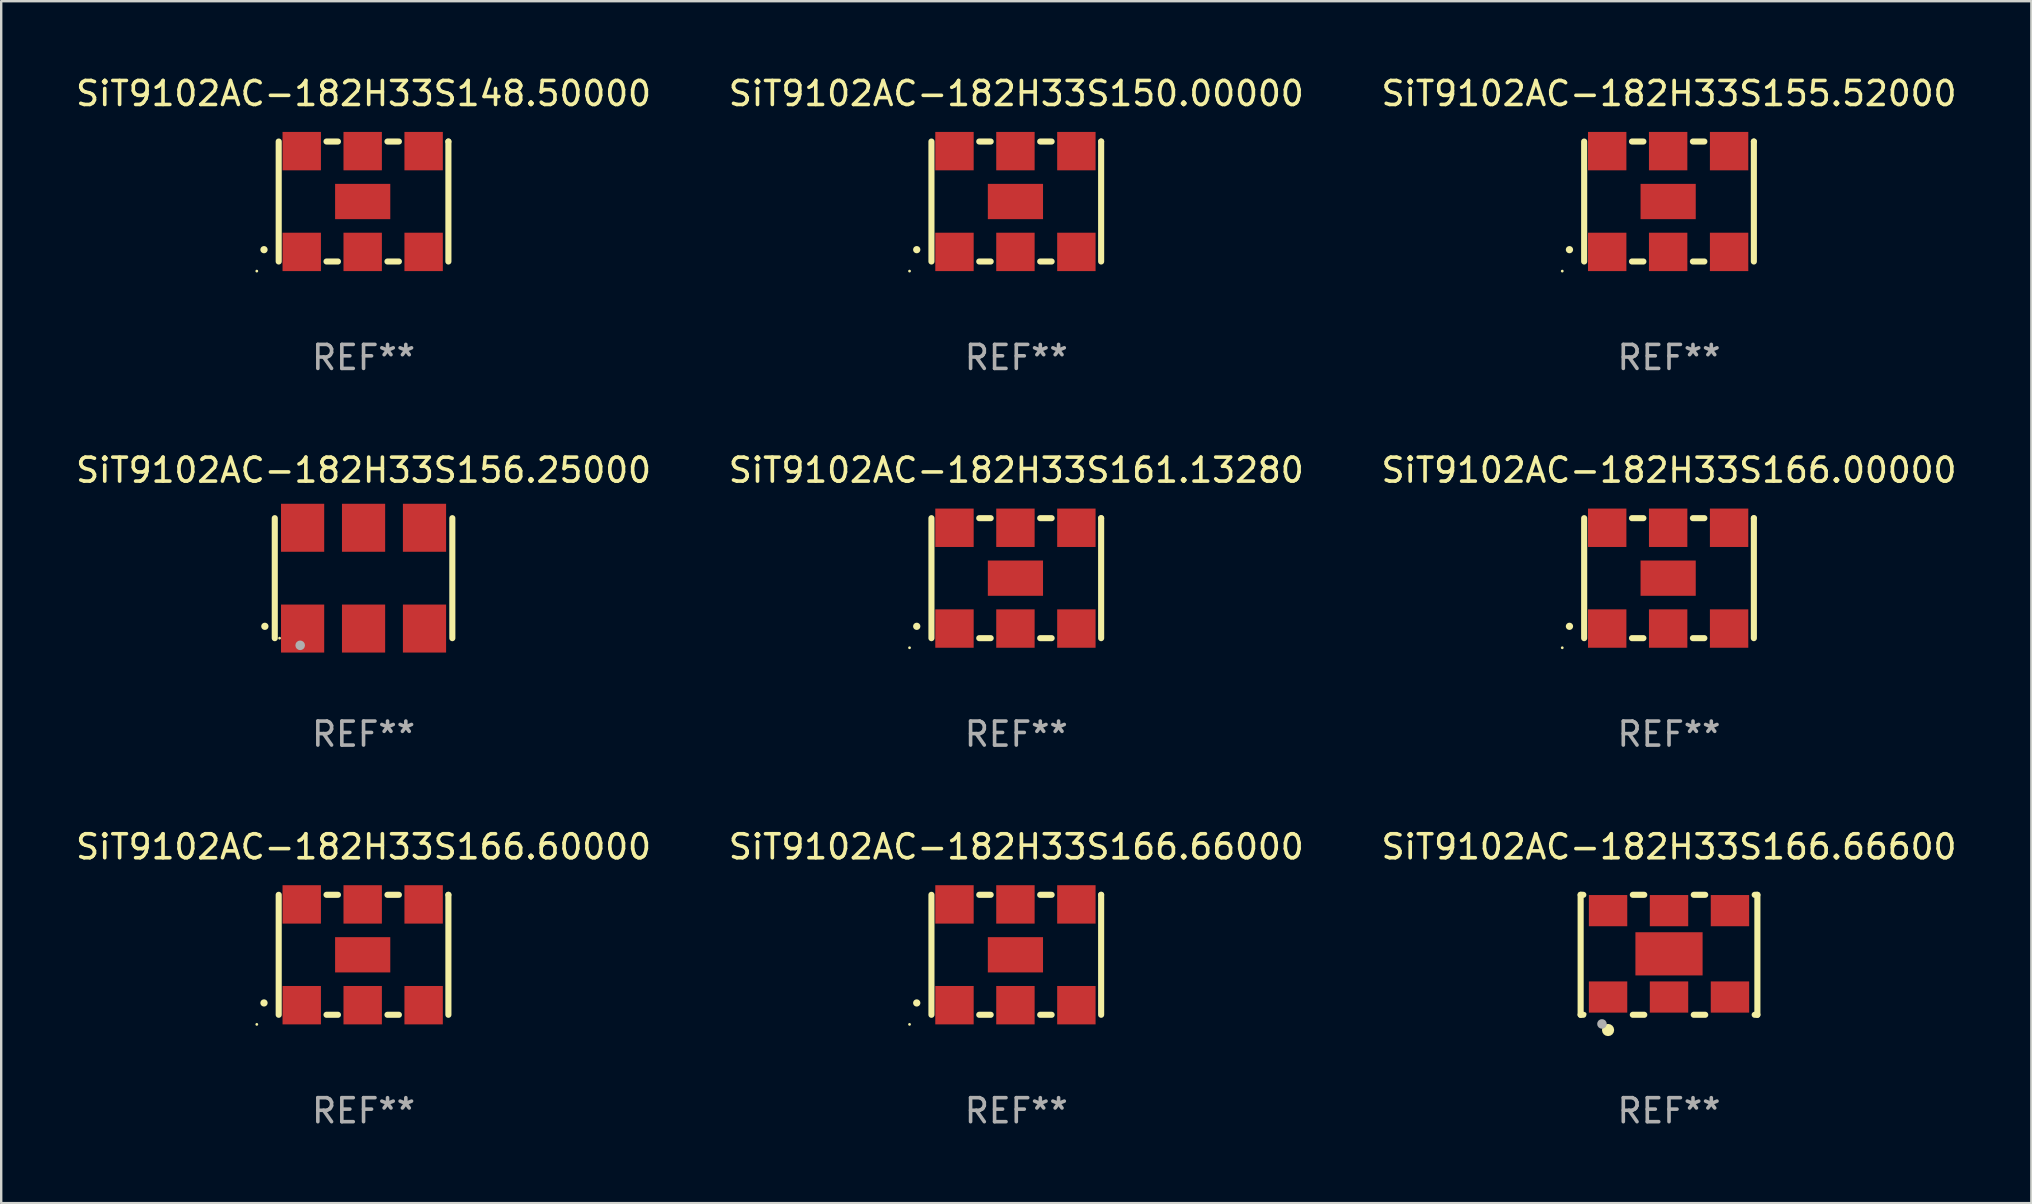
<source format=kicad_pcb>
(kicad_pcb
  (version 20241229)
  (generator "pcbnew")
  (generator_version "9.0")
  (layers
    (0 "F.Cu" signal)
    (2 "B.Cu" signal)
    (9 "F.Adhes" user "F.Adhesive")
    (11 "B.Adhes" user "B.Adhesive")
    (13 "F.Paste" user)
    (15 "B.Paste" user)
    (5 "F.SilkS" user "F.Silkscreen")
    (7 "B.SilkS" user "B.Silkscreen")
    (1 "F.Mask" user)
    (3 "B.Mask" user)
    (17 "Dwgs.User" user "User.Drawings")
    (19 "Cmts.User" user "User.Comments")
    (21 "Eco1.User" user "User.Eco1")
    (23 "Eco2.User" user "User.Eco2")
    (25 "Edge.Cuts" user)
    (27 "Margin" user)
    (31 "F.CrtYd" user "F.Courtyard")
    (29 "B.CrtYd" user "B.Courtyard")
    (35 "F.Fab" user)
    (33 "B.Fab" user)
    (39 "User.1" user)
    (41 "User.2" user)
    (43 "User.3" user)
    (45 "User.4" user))
  (footprint "SiT9102AC-182H33S155.52000"
    (layer "F.Cu")
    (at 66.506 5.348)
    (property "Reference" "SiT9102AC-182H33S155.52000" (at 0 -4.5 0) (layer "F.SilkS") (effects (font (size 1 1) (thickness 0.15))))
    (attr through_hole)
    (fp_line (start -3.536 -2.5) (end -3.536 2.5) (stroke (width 0.254) (type solid)) (layer "F.SilkS"))
    (fp_line (start -1.544 2.5) (end -1.067 2.5) (stroke (width 0.254) (type solid)) (layer "F.SilkS"))
    (fp_line (start -1.067 -2.5) (end -1.544 -2.5) (stroke (width 0.254) (type solid)) (layer "F.SilkS"))
    (fp_line (start 0.996 2.5) (end 1.473 2.5) (stroke (width 0.254) (type solid)) (layer "F.SilkS"))
    (fp_line (start 1.473 -2.5) (end 0.996 -2.5) (stroke (width 0.254) (type solid)) (layer "F.SilkS"))
    (fp_line (start 3.536 -2.5) (end 3.536 -2.5) (stroke (width 0.254) (type solid)) (layer "F.SilkS"))
    (fp_line (start 3.536 2.5) (end 3.536 -2.5) (stroke (width 0.254) (type solid)) (layer "F.SilkS"))
    (fp_arc (start -4.150432 2.006604) (mid -4.149162 2.006599) (end -4.147892 2.006604) (stroke (width 0.3) (type solid)) (layer "F.SilkS"))
    (fp_circle (center -4.449 2.9) (end -4.419 2.9) (stroke (width 0.06) (type solid)) (fill no) (layer "F.SilkS"))
    (fp_text user "REF**" (at 0 6.5 0) (layer "F.Fab") (effects (font (size 1 1) (thickness 0.15))))
    (pad "1" smd rect (at -2.576 2.1) (size 1.6 1.6) (layers "F.Cu" "F.Mask" "F.Paste"))
    (pad "2" smd rect (at -0.036 2.1) (size 1.6 1.6) (layers "F.Cu" "F.Mask" "F.Paste"))
    (pad "3" smd rect (at 2.504 2.1) (size 1.6 1.6) (layers "F.Cu" "F.Mask" "F.Paste"))
    (pad "4" smd rect (at 2.504 -2.1) (size 1.6 1.6) (layers "F.Cu" "F.Mask" "F.Paste"))
    (pad "5" smd rect (at -0.036 -2.1) (size 1.6 1.6) (layers "F.Cu" "F.Mask" "F.Paste"))
    (pad "6" smd rect (at -2.576 -2.1) (size 1.6 1.6) (layers "F.Cu" "F.Mask" "F.Paste"))
    (pad "7" smd rect (at -0.036 0) (size 2.3 1.47) (layers "F.Cu" "F.Mask" "F.Paste")))
  (footprint "SiT9102AC-182H33S166.66000"
    (layer "F.Cu")
    (at 39.304 36.741)
    (property "Reference" "SiT9102AC-182H33S166.66000" (at 0 -4.5 0) (layer "F.SilkS") (effects (font (size 1 1) (thickness 0.15))))
    (attr through_hole)
    (fp_line (start -3.536 -2.5) (end -3.536 2.5) (stroke (width 0.254) (type solid)) (layer "F.SilkS"))
    (fp_line (start -1.544 2.5) (end -1.067 2.5) (stroke (width 0.254) (type solid)) (layer "F.SilkS"))
    (fp_line (start -1.067 -2.5) (end -1.544 -2.5) (stroke (width 0.254) (type solid)) (layer "F.SilkS"))
    (fp_line (start 0.996 2.5) (end 1.473 2.5) (stroke (width 0.254) (type solid)) (layer "F.SilkS"))
    (fp_line (start 1.473 -2.5) (end 0.996 -2.5) (stroke (width 0.254) (type solid)) (layer "F.SilkS"))
    (fp_line (start 3.536 -2.5) (end 3.536 -2.5) (stroke (width 0.254) (type solid)) (layer "F.SilkS"))
    (fp_line (start 3.536 2.5) (end 3.536 -2.5) (stroke (width 0.254) (type solid)) (layer "F.SilkS"))
    (fp_arc (start -4.150432 2.006604) (mid -4.149162 2.006599) (end -4.147892 2.006604) (stroke (width 0.3) (type solid)) (layer "F.SilkS"))
    (fp_circle (center -4.449 2.9) (end -4.419 2.9) (stroke (width 0.06) (type solid)) (fill no) (layer "F.SilkS"))
    (fp_text user "REF**" (at 0 6.5 0) (layer "F.Fab") (effects (font (size 1 1) (thickness 0.15))))
    (pad "1" smd rect (at -2.576 2.1) (size 1.6 1.6) (layers "F.Cu" "F.Mask" "F.Paste"))
    (pad "2" smd rect (at -0.036 2.1) (size 1.6 1.6) (layers "F.Cu" "F.Mask" "F.Paste"))
    (pad "3" smd rect (at 2.504 2.1) (size 1.6 1.6) (layers "F.Cu" "F.Mask" "F.Paste"))
    (pad "4" smd rect (at 2.504 -2.1) (size 1.6 1.6) (layers "F.Cu" "F.Mask" "F.Paste"))
    (pad "5" smd rect (at -0.036 -2.1) (size 1.6 1.6) (layers "F.Cu" "F.Mask" "F.Paste"))
    (pad "6" smd rect (at -2.576 -2.1) (size 1.6 1.6) (layers "F.Cu" "F.Mask" "F.Paste"))
    (pad "7" smd rect (at -0.036 0) (size 2.3 1.47) (layers "F.Cu" "F.Mask" "F.Paste")))
  (footprint "SiT9102AC-182H33S166.66600"
    (layer "F.Cu")
    (at 66.506 36.741)
    (property "Reference" "SiT9102AC-182H33S166.66600" (at 0 -4.5 0) (layer "F.SilkS") (effects (font (size 1 1) (thickness 0.15))))
    (attr through_hole)
    (fp_line (start -3.683 -2.5) (end -3.571 -2.5) (stroke (width 0.254) (type solid)) (layer "F.SilkS"))
    (fp_line (start -3.683 2.5) (end -3.683 -2.5) (stroke (width 0.254) (type solid)) (layer "F.SilkS"))
    (fp_line (start -3.683 2.5) (end -3.571 2.5) (stroke (width 0.254) (type solid)) (layer "F.SilkS"))
    (fp_line (start -1.509 -2.5) (end -1.031 -2.5) (stroke (width 0.254) (type solid)) (layer "F.SilkS"))
    (fp_line (start -1.509 2.5) (end -1.031 2.5) (stroke (width 0.254) (type solid)) (layer "F.SilkS"))
    (fp_line (start 1.031 -2.5) (end 1.509 -2.5) (stroke (width 0.254) (type solid)) (layer "F.SilkS"))
    (fp_line (start 1.031 2.5) (end 1.509 2.5) (stroke (width 0.254) (type solid)) (layer "F.SilkS"))
    (fp_line (start 3.571 -2.5) (end 3.683 -2.5) (stroke (width 0.254) (type solid)) (layer "F.SilkS"))
    (fp_line (start 3.571 2.5) (end 3.683 2.5) (stroke (width 0.254) (type solid)) (layer "F.SilkS"))
    (fp_line (start 3.683 2.5) (end 3.683 -2.5) (stroke (width 0.254) (type solid)) (layer "F.SilkS"))
    (fp_circle (center -3.5 2.46) (end -3.47 2.46) (stroke (width 0.06) (type solid)) (fill no) (layer "F.SilkS"))
    (fp_circle (center -2.54 3.135) (end -2.413 3.135) (stroke (width 0.254) (type solid)) (fill no) (layer "F.SilkS"))
    (fp_circle (center -2.794 2.881) (end -2.694 2.881) (stroke (width 0.2) (type solid)) (fill no) (layer "F.Fab"))
    (fp_text user "REF**" (at 0 6.5 0) (layer "F.Fab") (effects (font (size 1 1) (thickness 0.15))))
    (pad "1" smd rect (at -2.54 1.76) (size 1.6 1.3) (layers "F.Cu" "F.Mask" "F.Paste"))
    (pad "2" smd rect (at 0 1.76) (size 1.6 1.3) (layers "F.Cu" "F.Mask" "F.Paste"))
    (pad "3" smd rect (at 2.54 1.76) (size 1.6 1.3) (layers "F.Cu" "F.Mask" "F.Paste"))
    (pad "4" smd rect (at 2.54 -1.84) (size 1.6 1.3) (layers "F.Cu" "F.Mask" "F.Paste"))
    (pad "5" smd rect (at 0 -1.84) (size 1.6 1.3) (layers "F.Cu" "F.Mask" "F.Paste"))
    (pad "6" smd rect (at -2.54 -1.84) (size 1.6 1.3) (layers "F.Cu" "F.Mask" "F.Paste"))
    (pad "7" smd rect (at 0 -0.04) (size 2.8 1.8) (layers "F.Cu" "F.Mask" "F.Paste")))
  (footprint "SiT9102AC-182H33S166.60000"
    (layer "F.Cu")
    (at 12.101 36.741)
    (property "Reference" "SiT9102AC-182H33S166.60000" (at 0 -4.5 0) (layer "F.SilkS") (effects (font (size 1 1) (thickness 0.15))))
    (attr through_hole)
    (fp_line (start -3.536 -2.5) (end -3.536 2.5) (stroke (width 0.254) (type solid)) (layer "F.SilkS"))
    (fp_line (start -1.544 2.5) (end -1.067 2.5) (stroke (width 0.254) (type solid)) (layer "F.SilkS"))
    (fp_line (start -1.067 -2.5) (end -1.544 -2.5) (stroke (width 0.254) (type solid)) (layer "F.SilkS"))
    (fp_line (start 0.996 2.5) (end 1.473 2.5) (stroke (width 0.254) (type solid)) (layer "F.SilkS"))
    (fp_line (start 1.473 -2.5) (end 0.996 -2.5) (stroke (width 0.254) (type solid)) (layer "F.SilkS"))
    (fp_line (start 3.536 -2.5) (end 3.536 -2.5) (stroke (width 0.254) (type solid)) (layer "F.SilkS"))
    (fp_line (start 3.536 2.5) (end 3.536 -2.5) (stroke (width 0.254) (type solid)) (layer "F.SilkS"))
    (fp_arc (start -4.150432 2.006604) (mid -4.149162 2.006599) (end -4.147892 2.006604) (stroke (width 0.3) (type solid)) (layer "F.SilkS"))
    (fp_circle (center -4.449 2.9) (end -4.419 2.9) (stroke (width 0.06) (type solid)) (fill no) (layer "F.SilkS"))
    (fp_text user "REF**" (at 0 6.5 0) (layer "F.Fab") (effects (font (size 1 1) (thickness 0.15))))
    (pad "1" smd rect (at -2.576 2.1) (size 1.6 1.6) (layers "F.Cu" "F.Mask" "F.Paste"))
    (pad "2" smd rect (at -0.036 2.1) (size 1.6 1.6) (layers "F.Cu" "F.Mask" "F.Paste"))
    (pad "3" smd rect (at 2.504 2.1) (size 1.6 1.6) (layers "F.Cu" "F.Mask" "F.Paste"))
    (pad "4" smd rect (at 2.504 -2.1) (size 1.6 1.6) (layers "F.Cu" "F.Mask" "F.Paste"))
    (pad "5" smd rect (at -0.036 -2.1) (size 1.6 1.6) (layers "F.Cu" "F.Mask" "F.Paste"))
    (pad "6" smd rect (at -2.576 -2.1) (size 1.6 1.6) (layers "F.Cu" "F.Mask" "F.Paste"))
    (pad "7" smd rect (at -0.036 0) (size 2.3 1.47) (layers "F.Cu" "F.Mask" "F.Paste")))
  (footprint "SiT9102AC-182H33S161.13280"
    (layer "F.Cu")
    (at 39.304 21.045)
    (property "Reference" "SiT9102AC-182H33S161.13280" (at 0 -4.5 0) (layer "F.SilkS") (effects (font (size 1 1) (thickness 0.15))))
    (attr through_hole)
    (fp_line (start -3.536 -2.5) (end -3.536 2.5) (stroke (width 0.254) (type solid)) (layer "F.SilkS"))
    (fp_line (start -1.544 2.5) (end -1.067 2.5) (stroke (width 0.254) (type solid)) (layer "F.SilkS"))
    (fp_line (start -1.067 -2.5) (end -1.544 -2.5) (stroke (width 0.254) (type solid)) (layer "F.SilkS"))
    (fp_line (start 0.996 2.5) (end 1.473 2.5) (stroke (width 0.254) (type solid)) (layer "F.SilkS"))
    (fp_line (start 1.473 -2.5) (end 0.996 -2.5) (stroke (width 0.254) (type solid)) (layer "F.SilkS"))
    (fp_line (start 3.536 -2.5) (end 3.536 -2.5) (stroke (width 0.254) (type solid)) (layer "F.SilkS"))
    (fp_line (start 3.536 2.5) (end 3.536 -2.5) (stroke (width 0.254) (type solid)) (layer "F.SilkS"))
    (fp_arc (start -4.150432 2.006604) (mid -4.149162 2.006599) (end -4.147892 2.006604) (stroke (width 0.3) (type solid)) (layer "F.SilkS"))
    (fp_circle (center -4.449 2.9) (end -4.419 2.9) (stroke (width 0.06) (type solid)) (fill no) (layer "F.SilkS"))
    (fp_text user "REF**" (at 0 6.5 0) (layer "F.Fab") (effects (font (size 1 1) (thickness 0.15))))
    (pad "1" smd rect (at -2.576 2.1) (size 1.6 1.6) (layers "F.Cu" "F.Mask" "F.Paste"))
    (pad "2" smd rect (at -0.036 2.1) (size 1.6 1.6) (layers "F.Cu" "F.Mask" "F.Paste"))
    (pad "3" smd rect (at 2.504 2.1) (size 1.6 1.6) (layers "F.Cu" "F.Mask" "F.Paste"))
    (pad "4" smd rect (at 2.504 -2.1) (size 1.6 1.6) (layers "F.Cu" "F.Mask" "F.Paste"))
    (pad "5" smd rect (at -0.036 -2.1) (size 1.6 1.6) (layers "F.Cu" "F.Mask" "F.Paste"))
    (pad "6" smd rect (at -2.576 -2.1) (size 1.6 1.6) (layers "F.Cu" "F.Mask" "F.Paste"))
    (pad "7" smd rect (at -0.036 0) (size 2.3 1.47) (layers "F.Cu" "F.Mask" "F.Paste")))
  (footprint "SiT9102AC-182H33S166.00000"
    (layer "F.Cu")
    (at 66.506 21.045)
    (property "Reference" "SiT9102AC-182H33S166.00000" (at 0 -4.5 0) (layer "F.SilkS") (effects (font (size 1 1) (thickness 0.15))))
    (attr through_hole)
    (fp_line (start -3.536 -2.5) (end -3.536 2.5) (stroke (width 0.254) (type solid)) (layer "F.SilkS"))
    (fp_line (start -1.544 2.5) (end -1.067 2.5) (stroke (width 0.254) (type solid)) (layer "F.SilkS"))
    (fp_line (start -1.067 -2.5) (end -1.544 -2.5) (stroke (width 0.254) (type solid)) (layer "F.SilkS"))
    (fp_line (start 0.996 2.5) (end 1.473 2.5) (stroke (width 0.254) (type solid)) (layer "F.SilkS"))
    (fp_line (start 1.473 -2.5) (end 0.996 -2.5) (stroke (width 0.254) (type solid)) (layer "F.SilkS"))
    (fp_line (start 3.536 -2.5) (end 3.536 -2.5) (stroke (width 0.254) (type solid)) (layer "F.SilkS"))
    (fp_line (start 3.536 2.5) (end 3.536 -2.5) (stroke (width 0.254) (type solid)) (layer "F.SilkS"))
    (fp_arc (start -4.150432 2.006604) (mid -4.149162 2.006599) (end -4.147892 2.006604) (stroke (width 0.3) (type solid)) (layer "F.SilkS"))
    (fp_circle (center -4.449 2.9) (end -4.419 2.9) (stroke (width 0.06) (type solid)) (fill no) (layer "F.SilkS"))
    (fp_text user "REF**" (at 0 6.5 0) (layer "F.Fab") (effects (font (size 1 1) (thickness 0.15))))
    (pad "1" smd rect (at -2.576 2.1) (size 1.6 1.6) (layers "F.Cu" "F.Mask" "F.Paste"))
    (pad "2" smd rect (at -0.036 2.1) (size 1.6 1.6) (layers "F.Cu" "F.Mask" "F.Paste"))
    (pad "3" smd rect (at 2.504 2.1) (size 1.6 1.6) (layers "F.Cu" "F.Mask" "F.Paste"))
    (pad "4" smd rect (at 2.504 -2.1) (size 1.6 1.6) (layers "F.Cu" "F.Mask" "F.Paste"))
    (pad "5" smd rect (at -0.036 -2.1) (size 1.6 1.6) (layers "F.Cu" "F.Mask" "F.Paste"))
    (pad "6" smd rect (at -2.576 -2.1) (size 1.6 1.6) (layers "F.Cu" "F.Mask" "F.Paste"))
    (pad "7" smd rect (at -0.036 0) (size 2.3 1.47) (layers "F.Cu" "F.Mask" "F.Paste")))
  (footprint "SiT9102AC-182H33S150.00000"
    (layer "F.Cu")
    (at 39.304 5.348)
    (property "Reference" "SiT9102AC-182H33S150.00000" (at 0 -4.5 0) (layer "F.SilkS") (effects (font (size 1 1) (thickness 0.15))))
    (attr through_hole)
    (fp_line (start -3.536 -2.5) (end -3.536 2.5) (stroke (width 0.254) (type solid)) (layer "F.SilkS"))
    (fp_line (start -1.544 2.5) (end -1.067 2.5) (stroke (width 0.254) (type solid)) (layer "F.SilkS"))
    (fp_line (start -1.067 -2.5) (end -1.544 -2.5) (stroke (width 0.254) (type solid)) (layer "F.SilkS"))
    (fp_line (start 0.996 2.5) (end 1.473 2.5) (stroke (width 0.254) (type solid)) (layer "F.SilkS"))
    (fp_line (start 1.473 -2.5) (end 0.996 -2.5) (stroke (width 0.254) (type solid)) (layer "F.SilkS"))
    (fp_line (start 3.536 -2.5) (end 3.536 -2.5) (stroke (width 0.254) (type solid)) (layer "F.SilkS"))
    (fp_line (start 3.536 2.5) (end 3.536 -2.5) (stroke (width 0.254) (type solid)) (layer "F.SilkS"))
    (fp_arc (start -4.150432 2.006604) (mid -4.149162 2.006599) (end -4.147892 2.006604) (stroke (width 0.3) (type solid)) (layer "F.SilkS"))
    (fp_circle (center -4.449 2.9) (end -4.419 2.9) (stroke (width 0.06) (type solid)) (fill no) (layer "F.SilkS"))
    (fp_text user "REF**" (at 0 6.5 0) (layer "F.Fab") (effects (font (size 1 1) (thickness 0.15))))
    (pad "1" smd rect (at -2.576 2.1) (size 1.6 1.6) (layers "F.Cu" "F.Mask" "F.Paste"))
    (pad "2" smd rect (at -0.036 2.1) (size 1.6 1.6) (layers "F.Cu" "F.Mask" "F.Paste"))
    (pad "3" smd rect (at 2.504 2.1) (size 1.6 1.6) (layers "F.Cu" "F.Mask" "F.Paste"))
    (pad "4" smd rect (at 2.504 -2.1) (size 1.6 1.6) (layers "F.Cu" "F.Mask" "F.Paste"))
    (pad "5" smd rect (at -0.036 -2.1) (size 1.6 1.6) (layers "F.Cu" "F.Mask" "F.Paste"))
    (pad "6" smd rect (at -2.576 -2.1) (size 1.6 1.6) (layers "F.Cu" "F.Mask" "F.Paste"))
    (pad "7" smd rect (at -0.036 0) (size 2.3 1.47) (layers "F.Cu" "F.Mask" "F.Paste")))
  (footprint "SiT9102AC-182H33S148.50000"
    (layer "F.Cu")
    (at 12.101 5.348)
    (property "Reference" "SiT9102AC-182H33S148.50000" (at 0 -4.5 0) (layer "F.SilkS") (effects (font (size 1 1) (thickness 0.15))))
    (attr through_hole)
    (fp_line (start -3.536 -2.5) (end -3.536 2.5) (stroke (width 0.254) (type solid)) (layer "F.SilkS"))
    (fp_line (start -1.544 2.5) (end -1.067 2.5) (stroke (width 0.254) (type solid)) (layer "F.SilkS"))
    (fp_line (start -1.067 -2.5) (end -1.544 -2.5) (stroke (width 0.254) (type solid)) (layer "F.SilkS"))
    (fp_line (start 0.996 2.5) (end 1.473 2.5) (stroke (width 0.254) (type solid)) (layer "F.SilkS"))
    (fp_line (start 1.473 -2.5) (end 0.996 -2.5) (stroke (width 0.254) (type solid)) (layer "F.SilkS"))
    (fp_line (start 3.536 -2.5) (end 3.536 -2.5) (stroke (width 0.254) (type solid)) (layer "F.SilkS"))
    (fp_line (start 3.536 2.5) (end 3.536 -2.5) (stroke (width 0.254) (type solid)) (layer "F.SilkS"))
    (fp_arc (start -4.150432 2.006604) (mid -4.149162 2.006599) (end -4.147892 2.006604) (stroke (width 0.3) (type solid)) (layer "F.SilkS"))
    (fp_circle (center -4.449 2.9) (end -4.419 2.9) (stroke (width 0.06) (type solid)) (fill no) (layer "F.SilkS"))
    (fp_text user "REF**" (at 0 6.5 0) (layer "F.Fab") (effects (font (size 1 1) (thickness 0.15))))
    (pad "1" smd rect (at -2.576 2.1) (size 1.6 1.6) (layers "F.Cu" "F.Mask" "F.Paste"))
    (pad "2" smd rect (at -0.036 2.1) (size 1.6 1.6) (layers "F.Cu" "F.Mask" "F.Paste"))
    (pad "3" smd rect (at 2.504 2.1) (size 1.6 1.6) (layers "F.Cu" "F.Mask" "F.Paste"))
    (pad "4" smd rect (at 2.504 -2.1) (size 1.6 1.6) (layers "F.Cu" "F.Mask" "F.Paste"))
    (pad "5" smd rect (at -0.036 -2.1) (size 1.6 1.6) (layers "F.Cu" "F.Mask" "F.Paste"))
    (pad "6" smd rect (at -2.576 -2.1) (size 1.6 1.6) (layers "F.Cu" "F.Mask" "F.Paste"))
    (pad "7" smd rect (at -0.036 0) (size 2.3 1.47) (layers "F.Cu" "F.Mask" "F.Paste")))
  (footprint "SiT9102AC-182H33S156.25000"
    (layer "F.Cu")
    (at 12.101 21.045)
    (property "Reference" "SiT9102AC-182H33S156.25000" (at 0 -4.5 0) (layer "F.SilkS") (effects (font (size 1 1) (thickness 0.15))))
    (attr through_hole)
    (fp_line (start -3.7 -2.5) (end -3.7 2.5) (stroke (width 0.254) (type solid)) (layer "F.SilkS"))
    (fp_line (start 3.7 -2.5) (end 3.7 2.5) (stroke (width 0.254) (type solid)) (layer "F.SilkS"))
    (fp_arc (start -4.114415 2.006604) (mid -4.113145 2.006599) (end -4.111875 2.006604) (stroke (width 0.3) (type solid)) (layer "F.SilkS"))
    (fp_circle (center -3.5 2.501) (end -3.47 2.501) (stroke (width 0.06) (type solid)) (fill no) (layer "F.SilkS"))
    (fp_circle (center -2.641 2.799) (end -2.541 2.799) (stroke (width 0.2) (type solid)) (fill no) (layer "F.Fab"))
    (fp_text user "REF**" (at 0 6.5 0) (layer "F.Fab") (effects (font (size 1 1) (thickness 0.15))))
    (pad "1" smd rect (at -2.54 2.1) (size 1.8 2) (layers "F.Cu" "F.Mask" "F.Paste"))
    (pad "2" smd rect (at 0.000394 2.1) (size 1.8 2) (layers "F.Cu" "F.Mask" "F.Paste"))
    (pad "3" smd rect (at 2.54 2.1) (size 1.8 2) (layers "F.Cu" "F.Mask" "F.Paste"))
    (pad "4" smd rect (at 2.54 -2.1) (size 1.8 2) (layers "F.Cu" "F.Mask" "F.Paste"))
    (pad "5" smd rect (at 0.000394 -2.1) (size 1.8 2) (layers "F.Cu" "F.Mask" "F.Paste"))
    (pad "6" smd rect (at -2.54 -2.1) (size 1.8 2) (layers "F.Cu" "F.Mask" "F.Paste")))
  (gr_rect
    (start -3 -3)
    (end 81.607 47.09)
    (stroke (width 0.1) (type default))
    (fill no)
    (layer "Edge.Cuts")))
</source>
